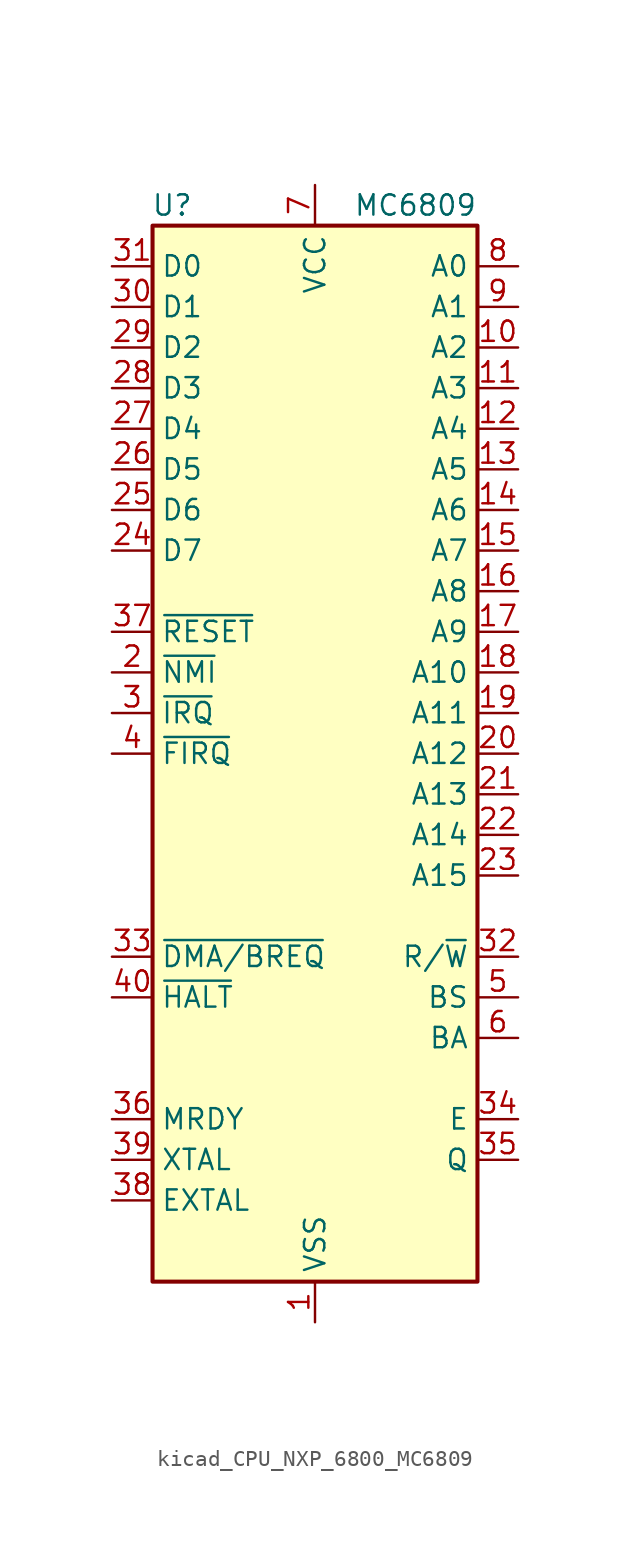
<source format=kicad_sym>
(kicad_symbol_lib
  (version 20220914)
  (generator kicad_symbol_editor)
  (symbol "kicad_CPU_NXP_6800_MC6809"
    (property "Reference" "U"
      (at -7.62 34.29 0)
      (effects (font (size 1.27 1.27)) (justify right)))
    (property "Value" "MC6809"
      (at 10.16 34.29 0)
      (effects (font (size 1.27 1.27)) (justify right)))
    (symbol "kicad_CPU_NXP_6800_MC6809_0_1"
      (rectangle (start -10.16 -33.02) (end 10.16 33.02) (stroke (width 0.254) (type default)) (fill (type background))))
    (symbol "kicad_CPU_NXP_6800_MC6809_1_1"
      (pin power_in line (at 0 -35.56 90) (length 2.54) (name "VSS" (effects (font (size 1.27 1.27)))) (number "1" (effects (font (size 1.27 1.27)))))
      (pin output line (at 12.7 25.4 180) (length 2.54) (name "A2" (effects (font (size 1.27 1.27)))) (number "10" (effects (font (size 1.27 1.27)))))
      (pin output line (at 12.7 22.86 180) (length 2.54) (name "A3" (effects (font (size 1.27 1.27)))) (number "11" (effects (font (size 1.27 1.27)))))
      (pin output line (at 12.7 20.32 180) (length 2.54) (name "A4" (effects (font (size 1.27 1.27)))) (number "12" (effects (font (size 1.27 1.27)))))
      (pin output line (at 12.7 17.78 180) (length 2.54) (name "A5" (effects (font (size 1.27 1.27)))) (number "13" (effects (font (size 1.27 1.27)))))
      (pin output line (at 12.7 15.24 180) (length 2.54) (name "A6" (effects (font (size 1.27 1.27)))) (number "14" (effects (font (size 1.27 1.27)))))
      (pin output line (at 12.7 12.7 180) (length 2.54) (name "A7" (effects (font (size 1.27 1.27)))) (number "15" (effects (font (size 1.27 1.27)))))
      (pin output line (at 12.7 10.16 180) (length 2.54) (name "A8" (effects (font (size 1.27 1.27)))) (number "16" (effects (font (size 1.27 1.27)))))
      (pin output line (at 12.7 7.62 180) (length 2.54) (name "A9" (effects (font (size 1.27 1.27)))) (number "17" (effects (font (size 1.27 1.27)))))
      (pin output line (at 12.7 5.08 180) (length 2.54) (name "A10" (effects (font (size 1.27 1.27)))) (number "18" (effects (font (size 1.27 1.27)))))
      (pin output line (at 12.7 2.54 180) (length 2.54) (name "A11" (effects (font (size 1.27 1.27)))) (number "19" (effects (font (size 1.27 1.27)))))
      (pin input line (at -12.7 5.08 0) (length 2.54) (name "~{NMI}" (effects (font (size 1.27 1.27)))) (number "2" (effects (font (size 1.27 1.27)))))
      (pin output line (at 12.7 0 180) (length 2.54) (name "A12" (effects (font (size 1.27 1.27)))) (number "20" (effects (font (size 1.27 1.27)))))
      (pin output line (at 12.7 -2.54 180) (length 2.54) (name "A13" (effects (font (size 1.27 1.27)))) (number "21" (effects (font (size 1.27 1.27)))))
      (pin output line (at 12.7 -5.08 180) (length 2.54) (name "A14" (effects (font (size 1.27 1.27)))) (number "22" (effects (font (size 1.27 1.27)))))
      (pin output line (at 12.7 -7.62 180) (length 2.54) (name "A15" (effects (font (size 1.27 1.27)))) (number "23" (effects (font (size 1.27 1.27)))))
      (pin bidirectional line (at -12.7 12.7 0) (length 2.54) (name "D7" (effects (font (size 1.27 1.27)))) (number "24" (effects (font (size 1.27 1.27)))))
      (pin bidirectional line (at -12.7 15.24 0) (length 2.54) (name "D6" (effects (font (size 1.27 1.27)))) (number "25" (effects (font (size 1.27 1.27)))))
      (pin bidirectional line (at -12.7 17.78 0) (length 2.54) (name "D5" (effects (font (size 1.27 1.27)))) (number "26" (effects (font (size 1.27 1.27)))))
      (pin bidirectional line (at -12.7 20.32 0) (length 2.54) (name "D4" (effects (font (size 1.27 1.27)))) (number "27" (effects (font (size 1.27 1.27)))))
      (pin bidirectional line (at -12.7 22.86 0) (length 2.54) (name "D3" (effects (font (size 1.27 1.27)))) (number "28" (effects (font (size 1.27 1.27)))))
      (pin bidirectional line (at -12.7 25.4 0) (length 2.54) (name "D2" (effects (font (size 1.27 1.27)))) (number "29" (effects (font (size 1.27 1.27)))))
      (pin input line (at -12.7 2.54 0) (length 2.54) (name "~{IRQ}" (effects (font (size 1.27 1.27)))) (number "3" (effects (font (size 1.27 1.27)))))
      (pin bidirectional line (at -12.7 27.94 0) (length 2.54) (name "D1" (effects (font (size 1.27 1.27)))) (number "30" (effects (font (size 1.27 1.27)))))
      (pin bidirectional line (at -12.7 30.48 0) (length 2.54) (name "D0" (effects (font (size 1.27 1.27)))) (number "31" (effects (font (size 1.27 1.27)))))
      (pin output line (at 12.7 -12.7 180) (length 2.54) (name "R/~{W}" (effects (font (size 1.27 1.27)))) (number "32" (effects (font (size 1.27 1.27)))))
      (pin input line (at -12.7 -12.7 0) (length 2.54) (name "~{DMA/BREQ}" (effects (font (size 1.27 1.27)))) (number "33" (effects (font (size 1.27 1.27)))))
      (pin output line (at 12.7 -22.86 180) (length 2.54) (name "E" (effects (font (size 1.27 1.27)))) (number "34" (effects (font (size 1.27 1.27)))))
      (pin output line (at 12.7 -25.4 180) (length 2.54) (name "Q" (effects (font (size 1.27 1.27)))) (number "35" (effects (font (size 1.27 1.27)))))
      (pin input line (at -12.7 -22.86 0) (length 2.54) (name "MRDY" (effects (font (size 1.27 1.27)))) (number "36" (effects (font (size 1.27 1.27)))))
      (pin input line (at -12.7 7.62 0) (length 2.54) (name "~{RESET}" (effects (font (size 1.27 1.27)))) (number "37" (effects (font (size 1.27 1.27)))))
      (pin input line (at -12.7 -27.94 0) (length 2.54) (name "EXTAL" (effects (font (size 1.27 1.27)))) (number "38" (effects (font (size 1.27 1.27)))))
      (pin input line (at -12.7 -25.4 0) (length 2.54) (name "XTAL" (effects (font (size 1.27 1.27)))) (number "39" (effects (font (size 1.27 1.27)))))
      (pin input line (at -12.7 0 0) (length 2.54) (name "~{FIRQ}" (effects (font (size 1.27 1.27)))) (number "4" (effects (font (size 1.27 1.27)))))
      (pin input line (at -12.7 -15.24 0) (length 2.54) (name "~{HALT}" (effects (font (size 1.27 1.27)))) (number "40" (effects (font (size 1.27 1.27)))))
      (pin output line (at 12.7 -15.24 180) (length 2.54) (name "BS" (effects (font (size 1.27 1.27)))) (number "5" (effects (font (size 1.27 1.27)))))
      (pin output line (at 12.7 -17.78 180) (length 2.54) (name "BA" (effects (font (size 1.27 1.27)))) (number "6" (effects (font (size 1.27 1.27)))))
      (pin power_in line (at 0 35.56 270) (length 2.54) (name "VCC" (effects (font (size 1.27 1.27)))) (number "7" (effects (font (size 1.27 1.27)))))
      (pin output line (at 12.7 30.48 180) (length 2.54) (name "A0" (effects (font (size 1.27 1.27)))) (number "8" (effects (font (size 1.27 1.27)))))
      (pin output line (at 12.7 27.94 180) (length 2.54) (name "A1" (effects (font (size 1.27 1.27)))) (number "9" (effects (font (size 1.27 1.27))))))))
</source>
